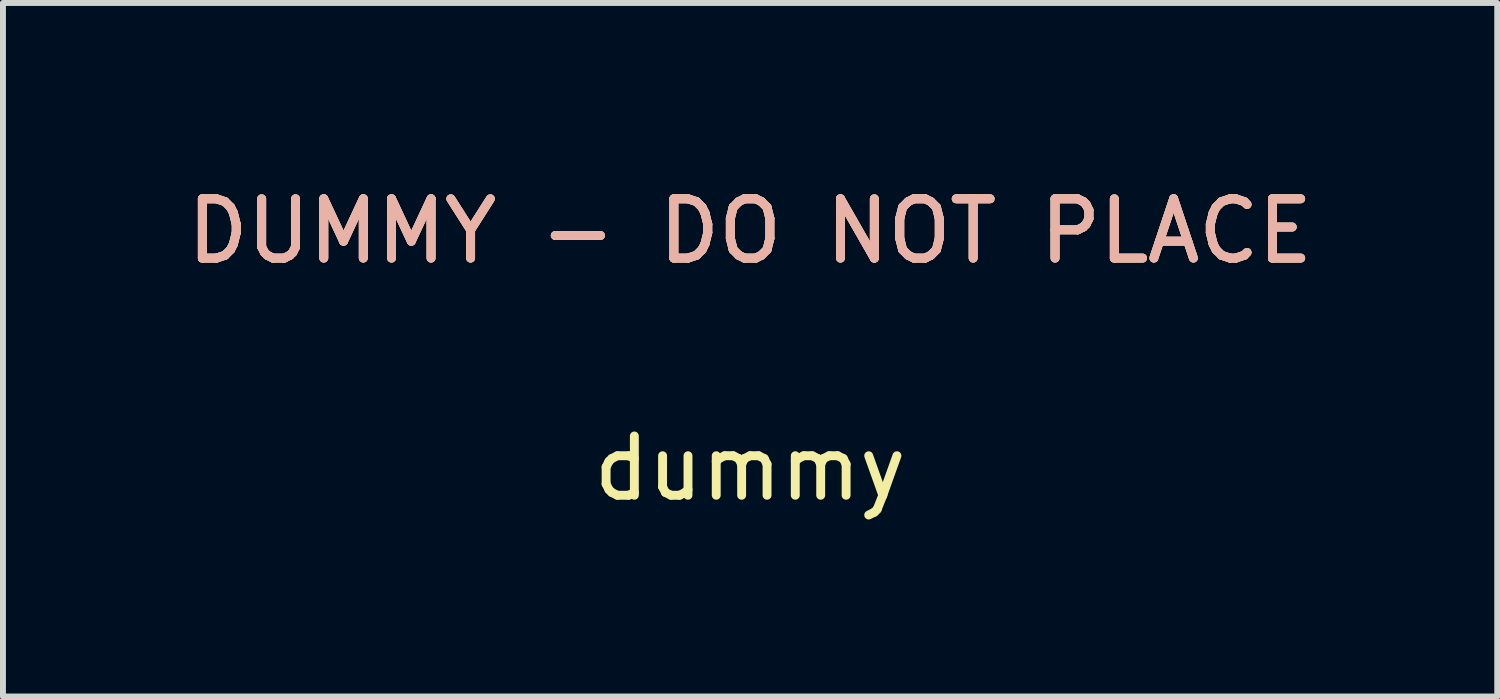
<source format=kicad_pcb>
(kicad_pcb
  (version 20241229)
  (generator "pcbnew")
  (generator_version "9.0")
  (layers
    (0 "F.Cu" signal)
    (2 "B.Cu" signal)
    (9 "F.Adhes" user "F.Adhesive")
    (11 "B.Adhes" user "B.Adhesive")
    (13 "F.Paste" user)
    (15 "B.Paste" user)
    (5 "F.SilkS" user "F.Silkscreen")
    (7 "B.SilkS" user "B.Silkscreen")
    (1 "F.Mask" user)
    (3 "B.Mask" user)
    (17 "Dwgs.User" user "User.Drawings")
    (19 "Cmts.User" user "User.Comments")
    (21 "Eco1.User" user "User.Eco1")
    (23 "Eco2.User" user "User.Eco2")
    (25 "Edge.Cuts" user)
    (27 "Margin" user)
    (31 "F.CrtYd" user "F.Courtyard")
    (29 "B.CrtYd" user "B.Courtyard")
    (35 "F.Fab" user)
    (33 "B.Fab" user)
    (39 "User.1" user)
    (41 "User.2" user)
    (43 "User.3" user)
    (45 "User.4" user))
  (footprint "dummy"
    (layer "F.Cu")
    (at 9.601 0.848)
    (property "Reference" "dummy" (at 0 4 0) (layer "F.SilkS") (effects (font (size 1 1) (thickness 0.15))))
    (attr through_hole)
    (fp_text user "DUMMY - DO NOT PLACE" (at 0 0 0) (layer "F.Cu") (effects (font (size 1 1) (thickness 0.15))))
    (fp_text user "DUMMY - DO NOT PLACE" (at 0 0 0) (layer "B.Cu") (effects (font (size 1 1) (thickness 0.15))))
    (fp_text user "DUMMY - DO NOT PLACE" (at 0 0 0) (layer "F.SilkS") (effects (font (size 1 1) (thickness 0.15))))
    (fp_text user "DUMMY - DO NOT PLACE" (at 0 0 0) (layer "B.SilkS") (effects (font (size 1 1) (thickness 0.15)))))
  (gr_rect
    (start -3 -3)
    (end 22.202 8.697)
    (stroke (width 0.1) (type default))
    (fill no)
    (layer "Edge.Cuts")))
</source>
